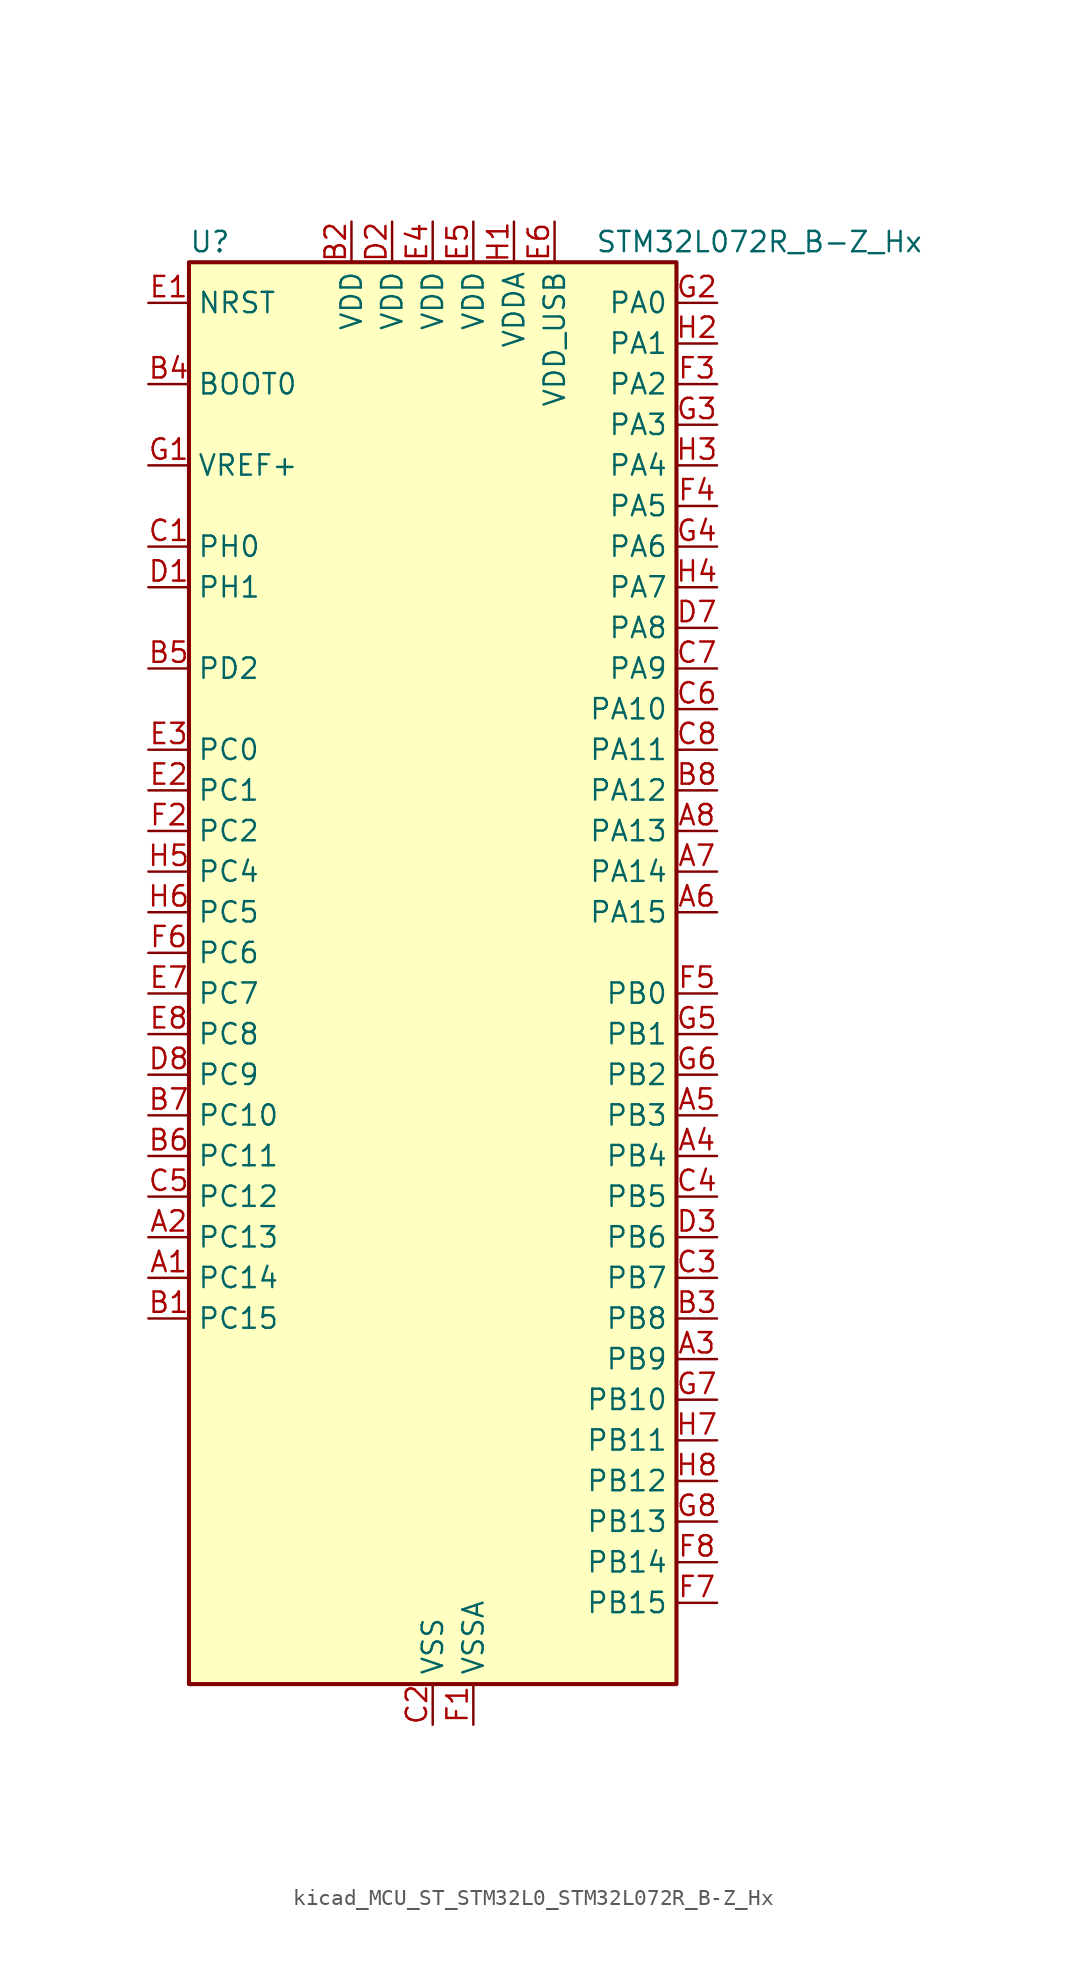
<source format=kicad_sym>
(kicad_symbol_lib
  (version 20220914)
  (generator kicad_symbol_editor)
  (symbol "kicad_MCU_ST_STM32L0_STM32L072R_B-Z_Hx"
    (property "Reference" "U"
      (at -15.24 46.99 0)
      (effects (font (size 1.27 1.27)) (justify left)))
    (property "Value" "STM32L072R_B-Z_Hx"
      (at 10.16 46.99 0)
      (effects (font (size 1.27 1.27)) (justify left)))
    (property "ki_locked" ""
      (at 0 0 0)
      (effects (font (size 1.27 1.27))))
    (symbol "kicad_MCU_ST_STM32L0_STM32L072R_B-Z_Hx_0_1"
      (rectangle (start -15.24 -43.18) (end 15.24 45.72) (stroke (width 0.254) (type default)) (fill (type background))))
    (symbol "kicad_MCU_ST_STM32L0_STM32L072R_B-Z_Hx_1_1"
      (pin bidirectional line (at -17.78 -17.78 0) (length 2.54) (name "PC14" (effects (font (size 1.27 1.27)))) (number "A1" (effects (font (size 1.27 1.27)))) (alternate "RCC_OSC32_IN" bidirectional line))
      (pin bidirectional line (at -17.78 -15.24 0) (length 2.54) (name "PC13" (effects (font (size 1.27 1.27)))) (number "A2" (effects (font (size 1.27 1.27)))) (alternate "RTC_OUT_ALARM" bidirectional line) (alternate "RTC_OUT_CALIB" bidirectional line) (alternate "RTC_TAMP1" bidirectional line) (alternate "RTC_TS" bidirectional line) (alternate "SYS_WKUP2" bidirectional line))
      (pin bidirectional line (at 17.78 -22.86 180) (length 2.54) (name "PB9" (effects (font (size 1.27 1.27)))) (number "A3" (effects (font (size 1.27 1.27)))) (alternate "DAC_EXTI9" bidirectional line) (alternate "I2C1_SDA" bidirectional line) (alternate "I2S2_WS" bidirectional line) (alternate "SPI2_NSS" bidirectional line))
      (pin bidirectional line (at 17.78 -10.16 180) (length 2.54) (name "PB4" (effects (font (size 1.27 1.27)))) (number "A4" (effects (font (size 1.27 1.27)))) (alternate "COMP2_INP" bidirectional line) (alternate "I2C3_SDA" bidirectional line) (alternate "SPI1_MISO" bidirectional line) (alternate "TIM22_CH1" bidirectional line) (alternate "TIM3_CH1" bidirectional line) (alternate "TSC_G5_IO2" bidirectional line) (alternate "USART1_CTS" bidirectional line) (alternate "USART5_RX" bidirectional line))
      (pin bidirectional line (at 17.78 -7.62 180) (length 2.54) (name "PB3" (effects (font (size 1.27 1.27)))) (number "A5" (effects (font (size 1.27 1.27)))) (alternate "COMP2_INM" bidirectional line) (alternate "SPI1_SCK" bidirectional line) (alternate "TIM2_CH2" bidirectional line) (alternate "TSC_G5_IO1" bidirectional line) (alternate "USART1_DE" bidirectional line) (alternate "USART1_RTS" bidirectional line) (alternate "USART5_TX" bidirectional line))
      (pin bidirectional line (at 17.78 5.08 180) (length 2.54) (name "PA15" (effects (font (size 1.27 1.27)))) (number "A6" (effects (font (size 1.27 1.27)))) (alternate "SPI1_NSS" bidirectional line) (alternate "TIM2_CH1" bidirectional line) (alternate "TIM2_ETR" bidirectional line) (alternate "USART2_RX" bidirectional line) (alternate "USART4_DE" bidirectional line) (alternate "USART4_RTS" bidirectional line))
      (pin bidirectional line (at 17.78 7.62 180) (length 2.54) (name "PA14" (effects (font (size 1.27 1.27)))) (number "A7" (effects (font (size 1.27 1.27)))) (alternate "LPUART1_TX" bidirectional line) (alternate "SYS_SWCLK" bidirectional line) (alternate "USART2_TX" bidirectional line))
      (pin bidirectional line (at 17.78 10.16 180) (length 2.54) (name "PA13" (effects (font (size 1.27 1.27)))) (number "A8" (effects (font (size 1.27 1.27)))) (alternate "LPUART1_RX" bidirectional line) (alternate "SYS_SWDIO" bidirectional line) (alternate "USB_NOE" bidirectional line))
      (pin bidirectional line (at -17.78 -20.32 0) (length 2.54) (name "PC15" (effects (font (size 1.27 1.27)))) (number "B1" (effects (font (size 1.27 1.27)))) (alternate "RCC_OSC32_OUT" bidirectional line))
      (pin power_in line (at -5.08 48.26 270) (length 2.54) (name "VDD" (effects (font (size 1.27 1.27)))) (number "B2" (effects (font (size 1.27 1.27)))))
      (pin bidirectional line (at 17.78 -20.32 180) (length 2.54) (name "PB8" (effects (font (size 1.27 1.27)))) (number "B3" (effects (font (size 1.27 1.27)))) (alternate "I2C1_SCL" bidirectional line) (alternate "TSC_SYNC" bidirectional line))
      (pin input line (at -17.78 38.1 0) (length 2.54) (name "BOOT0" (effects (font (size 1.27 1.27)))) (number "B4" (effects (font (size 1.27 1.27)))))
      (pin bidirectional line (at -17.78 20.32 0) (length 2.54) (name "PD2" (effects (font (size 1.27 1.27)))) (number "B5" (effects (font (size 1.27 1.27)))) (alternate "LPUART1_DE" bidirectional line) (alternate "LPUART1_RTS" bidirectional line) (alternate "TIM3_ETR" bidirectional line) (alternate "USART5_RX" bidirectional line))
      (pin bidirectional line (at -17.78 -10.16 0) (length 2.54) (name "PC11" (effects (font (size 1.27 1.27)))) (number "B6" (effects (font (size 1.27 1.27)))) (alternate "ADC_EXTI11" bidirectional line) (alternate "LPUART1_RX" bidirectional line) (alternate "USART4_RX" bidirectional line))
      (pin bidirectional line (at -17.78 -7.62 0) (length 2.54) (name "PC10" (effects (font (size 1.27 1.27)))) (number "B7" (effects (font (size 1.27 1.27)))) (alternate "LPUART1_TX" bidirectional line) (alternate "USART4_TX" bidirectional line))
      (pin bidirectional line (at 17.78 12.7 180) (length 2.54) (name "PA12" (effects (font (size 1.27 1.27)))) (number "B8" (effects (font (size 1.27 1.27)))) (alternate "COMP2_OUT" bidirectional line) (alternate "SPI1_MOSI" bidirectional line) (alternate "TSC_G4_IO4" bidirectional line) (alternate "USART1_DE" bidirectional line) (alternate "USART1_RTS" bidirectional line) (alternate "USB_DP" bidirectional line))
      (pin bidirectional line (at -17.78 27.94 0) (length 2.54) (name "PH0" (effects (font (size 1.27 1.27)))) (number "C1" (effects (font (size 1.27 1.27)))) (alternate "CRS_SYNC" bidirectional line) (alternate "RCC_OSC_IN" bidirectional line))
      (pin power_in line (at 0 -45.72 90) (length 2.54) (name "VSS" (effects (font (size 1.27 1.27)))) (number "C2" (effects (font (size 1.27 1.27)))))
      (pin bidirectional line (at 17.78 -17.78 180) (length 2.54) (name "PB7" (effects (font (size 1.27 1.27)))) (number "C3" (effects (font (size 1.27 1.27)))) (alternate "COMP2_INP" bidirectional line) (alternate "I2C1_SDA" bidirectional line) (alternate "LPTIM1_IN2" bidirectional line) (alternate "SYS_PVD_IN" bidirectional line) (alternate "TSC_G5_IO4" bidirectional line) (alternate "USART1_RX" bidirectional line) (alternate "USART4_CTS" bidirectional line))
      (pin bidirectional line (at 17.78 -12.7 180) (length 2.54) (name "PB5" (effects (font (size 1.27 1.27)))) (number "C4" (effects (font (size 1.27 1.27)))) (alternate "COMP2_INP" bidirectional line) (alternate "I2C1_SMBA" bidirectional line) (alternate "LPTIM1_IN1" bidirectional line) (alternate "SPI1_MOSI" bidirectional line) (alternate "TIM22_CH2" bidirectional line) (alternate "TIM3_CH2" bidirectional line) (alternate "USART1_CK" bidirectional line) (alternate "USART5_CK" bidirectional line) (alternate "USART5_DE" bidirectional line) (alternate "USART5_RTS" bidirectional line))
      (pin bidirectional line (at -17.78 -12.7 0) (length 2.54) (name "PC12" (effects (font (size 1.27 1.27)))) (number "C5" (effects (font (size 1.27 1.27)))) (alternate "USART4_CK" bidirectional line) (alternate "USART5_TX" bidirectional line))
      (pin bidirectional line (at 17.78 17.78 180) (length 2.54) (name "PA10" (effects (font (size 1.27 1.27)))) (number "C6" (effects (font (size 1.27 1.27)))) (alternate "I2C1_SDA" bidirectional line) (alternate "TSC_G4_IO2" bidirectional line) (alternate "USART1_RX" bidirectional line))
      (pin bidirectional line (at 17.78 20.32 180) (length 2.54) (name "PA9" (effects (font (size 1.27 1.27)))) (number "C7" (effects (font (size 1.27 1.27)))) (alternate "DAC_EXTI9" bidirectional line) (alternate "I2C1_SCL" bidirectional line) (alternate "I2C3_SMBA" bidirectional line) (alternate "RCC_MCO" bidirectional line) (alternate "TSC_G4_IO1" bidirectional line) (alternate "USART1_TX" bidirectional line))
      (pin bidirectional line (at 17.78 15.24 180) (length 2.54) (name "PA11" (effects (font (size 1.27 1.27)))) (number "C8" (effects (font (size 1.27 1.27)))) (alternate "ADC_EXTI11" bidirectional line) (alternate "COMP1_OUT" bidirectional line) (alternate "SPI1_MISO" bidirectional line) (alternate "TSC_G4_IO3" bidirectional line) (alternate "USART1_CTS" bidirectional line) (alternate "USB_DM" bidirectional line))
      (pin bidirectional line (at -17.78 25.4 0) (length 2.54) (name "PH1" (effects (font (size 1.27 1.27)))) (number "D1" (effects (font (size 1.27 1.27)))) (alternate "RCC_OSC_OUT" bidirectional line))
      (pin power_in line (at -2.54 48.26 270) (length 2.54) (name "VDD" (effects (font (size 1.27 1.27)))) (number "D2" (effects (font (size 1.27 1.27)))))
      (pin bidirectional line (at 17.78 -15.24 180) (length 2.54) (name "PB6" (effects (font (size 1.27 1.27)))) (number "D3" (effects (font (size 1.27 1.27)))) (alternate "COMP2_INP" bidirectional line) (alternate "I2C1_SCL" bidirectional line) (alternate "LPTIM1_ETR" bidirectional line) (alternate "TSC_G5_IO3" bidirectional line) (alternate "USART1_TX" bidirectional line))
      (pin passive line (at 0 -45.72 90) (length 2.54) hide (name "VSS" (effects (font (size 1.27 1.27)))) (number "D4" (effects (font (size 1.27 1.27)))))
      (pin passive line (at 0 -45.72 90) (length 2.54) hide (name "VSS" (effects (font (size 1.27 1.27)))) (number "D5" (effects (font (size 1.27 1.27)))))
      (pin passive line (at 0 -45.72 90) (length 2.54) hide (name "VSS" (effects (font (size 1.27 1.27)))) (number "D6" (effects (font (size 1.27 1.27)))))
      (pin bidirectional line (at 17.78 22.86 180) (length 2.54) (name "PA8" (effects (font (size 1.27 1.27)))) (number "D7" (effects (font (size 1.27 1.27)))) (alternate "CRS_SYNC" bidirectional line) (alternate "I2C3_SCL" bidirectional line) (alternate "RCC_MCO" bidirectional line) (alternate "USART1_CK" bidirectional line))
      (pin bidirectional line (at -17.78 -5.08 0) (length 2.54) (name "PC9" (effects (font (size 1.27 1.27)))) (number "D8" (effects (font (size 1.27 1.27)))) (alternate "DAC_EXTI9" bidirectional line) (alternate "I2C3_SDA" bidirectional line) (alternate "TIM21_ETR" bidirectional line) (alternate "TIM3_CH4" bidirectional line) (alternate "TSC_G8_IO4" bidirectional line) (alternate "USB_NOE" bidirectional line))
      (pin input line (at -17.78 43.18 0) (length 2.54) (name "NRST" (effects (font (size 1.27 1.27)))) (number "E1" (effects (font (size 1.27 1.27)))))
      (pin bidirectional line (at -17.78 12.7 0) (length 2.54) (name "PC1" (effects (font (size 1.27 1.27)))) (number "E2" (effects (font (size 1.27 1.27)))) (alternate "ADC_IN11" bidirectional line) (alternate "I2C3_SDA" bidirectional line) (alternate "LPTIM1_OUT" bidirectional line) (alternate "LPUART1_TX" bidirectional line) (alternate "TSC_G7_IO2" bidirectional line))
      (pin bidirectional line (at -17.78 15.24 0) (length 2.54) (name "PC0" (effects (font (size 1.27 1.27)))) (number "E3" (effects (font (size 1.27 1.27)))) (alternate "ADC_IN10" bidirectional line) (alternate "I2C3_SCL" bidirectional line) (alternate "LPTIM1_IN1" bidirectional line) (alternate "LPUART1_RX" bidirectional line) (alternate "TSC_G7_IO1" bidirectional line))
      (pin power_in line (at 0 48.26 270) (length 2.54) (name "VDD" (effects (font (size 1.27 1.27)))) (number "E4" (effects (font (size 1.27 1.27)))))
      (pin power_in line (at 2.54 48.26 270) (length 2.54) (name "VDD" (effects (font (size 1.27 1.27)))) (number "E5" (effects (font (size 1.27 1.27)))))
      (pin power_in line (at 7.62 48.26 270) (length 2.54) (name "VDD_USB" (effects (font (size 1.27 1.27)))) (number "E6" (effects (font (size 1.27 1.27)))))
      (pin bidirectional line (at -17.78 0 0) (length 2.54) (name "PC7" (effects (font (size 1.27 1.27)))) (number "E7" (effects (font (size 1.27 1.27)))) (alternate "TIM22_CH2" bidirectional line) (alternate "TIM3_CH2" bidirectional line) (alternate "TSC_G8_IO2" bidirectional line))
      (pin bidirectional line (at -17.78 -2.54 0) (length 2.54) (name "PC8" (effects (font (size 1.27 1.27)))) (number "E8" (effects (font (size 1.27 1.27)))) (alternate "TIM22_ETR" bidirectional line) (alternate "TIM3_CH3" bidirectional line) (alternate "TSC_G8_IO3" bidirectional line))
      (pin power_in line (at 2.54 -45.72 90) (length 2.54) (name "VSSA" (effects (font (size 1.27 1.27)))) (number "F1" (effects (font (size 1.27 1.27)))))
      (pin bidirectional line (at -17.78 10.16 0) (length 2.54) (name "PC2" (effects (font (size 1.27 1.27)))) (number "F2" (effects (font (size 1.27 1.27)))) (alternate "ADC_IN12" bidirectional line) (alternate "I2S2_MCK" bidirectional line) (alternate "LPTIM1_IN2" bidirectional line) (alternate "SPI2_MISO" bidirectional line) (alternate "TSC_G7_IO3" bidirectional line))
      (pin bidirectional line (at 17.78 38.1 180) (length 2.54) (name "PA2" (effects (font (size 1.27 1.27)))) (number "F3" (effects (font (size 1.27 1.27)))) (alternate "ADC_IN2" bidirectional line) (alternate "COMP2_INM" bidirectional line) (alternate "COMP2_OUT" bidirectional line) (alternate "LPUART1_TX" bidirectional line) (alternate "TIM21_CH1" bidirectional line) (alternate "TIM2_CH3" bidirectional line) (alternate "TSC_G1_IO3" bidirectional line) (alternate "USART2_TX" bidirectional line))
      (pin bidirectional line (at 17.78 30.48 180) (length 2.54) (name "PA5" (effects (font (size 1.27 1.27)))) (number "F4" (effects (font (size 1.27 1.27)))) (alternate "ADC_IN5" bidirectional line) (alternate "COMP1_INM" bidirectional line) (alternate "COMP2_INM" bidirectional line) (alternate "DAC_OUT2" bidirectional line) (alternate "SPI1_SCK" bidirectional line) (alternate "TIM2_CH1" bidirectional line) (alternate "TIM2_ETR" bidirectional line) (alternate "TSC_G2_IO2" bidirectional line))
      (pin bidirectional line (at 17.78 0 180) (length 2.54) (name "PB0" (effects (font (size 1.27 1.27)))) (number "F5" (effects (font (size 1.27 1.27)))) (alternate "ADC_IN8" bidirectional line) (alternate "SYS_VREF_OUT_PB0" bidirectional line) (alternate "TIM3_CH3" bidirectional line) (alternate "TSC_G3_IO2" bidirectional line))
      (pin bidirectional line (at -17.78 2.54 0) (length 2.54) (name "PC6" (effects (font (size 1.27 1.27)))) (number "F6" (effects (font (size 1.27 1.27)))) (alternate "TIM22_CH1" bidirectional line) (alternate "TIM3_CH1" bidirectional line) (alternate "TSC_G8_IO1" bidirectional line))
      (pin bidirectional line (at 17.78 -38.1 180) (length 2.54) (name "PB15" (effects (font (size 1.27 1.27)))) (number "F7" (effects (font (size 1.27 1.27)))) (alternate "I2S2_SD" bidirectional line) (alternate "RTC_REFIN" bidirectional line) (alternate "SPI2_MOSI" bidirectional line))
      (pin bidirectional line (at 17.78 -35.56 180) (length 2.54) (name "PB14" (effects (font (size 1.27 1.27)))) (number "F8" (effects (font (size 1.27 1.27)))) (alternate "I2C2_SDA" bidirectional line) (alternate "I2S2_MCK" bidirectional line) (alternate "LPUART1_DE" bidirectional line) (alternate "LPUART1_RTS" bidirectional line) (alternate "RTC_OUT_ALARM" bidirectional line) (alternate "RTC_OUT_CALIB" bidirectional line) (alternate "SPI2_MISO" bidirectional line) (alternate "TIM21_CH2" bidirectional line) (alternate "TSC_G6_IO4" bidirectional line))
      (pin input line (at -17.78 33.02 0) (length 2.54) (name "VREF+" (effects (font (size 1.27 1.27)))) (number "G1" (effects (font (size 1.27 1.27)))))
      (pin bidirectional line (at 17.78 43.18 180) (length 2.54) (name "PA0" (effects (font (size 1.27 1.27)))) (number "G2" (effects (font (size 1.27 1.27)))) (alternate "ADC_IN0" bidirectional line) (alternate "COMP1_INM" bidirectional line) (alternate "COMP1_OUT" bidirectional line) (alternate "RTC_TAMP2" bidirectional line) (alternate "SYS_WKUP1" bidirectional line) (alternate "TIM2_CH1" bidirectional line) (alternate "TIM2_ETR" bidirectional line) (alternate "TSC_G1_IO1" bidirectional line) (alternate "USART2_CTS" bidirectional line) (alternate "USART4_TX" bidirectional line))
      (pin bidirectional line (at 17.78 35.56 180) (length 2.54) (name "PA3" (effects (font (size 1.27 1.27)))) (number "G3" (effects (font (size 1.27 1.27)))) (alternate "ADC_IN3" bidirectional line) (alternate "COMP2_INP" bidirectional line) (alternate "LPUART1_RX" bidirectional line) (alternate "TIM21_CH2" bidirectional line) (alternate "TIM2_CH4" bidirectional line) (alternate "TSC_G1_IO4" bidirectional line) (alternate "USART2_RX" bidirectional line))
      (pin bidirectional line (at 17.78 27.94 180) (length 2.54) (name "PA6" (effects (font (size 1.27 1.27)))) (number "G4" (effects (font (size 1.27 1.27)))) (alternate "ADC_IN6" bidirectional line) (alternate "COMP1_OUT" bidirectional line) (alternate "LPUART1_CTS" bidirectional line) (alternate "SPI1_MISO" bidirectional line) (alternate "TIM22_CH1" bidirectional line) (alternate "TIM3_CH1" bidirectional line) (alternate "TSC_G2_IO3" bidirectional line))
      (pin bidirectional line (at 17.78 -2.54 180) (length 2.54) (name "PB1" (effects (font (size 1.27 1.27)))) (number "G5" (effects (font (size 1.27 1.27)))) (alternate "ADC_IN9" bidirectional line) (alternate "LPUART1_DE" bidirectional line) (alternate "LPUART1_RTS" bidirectional line) (alternate "SYS_VREF_OUT_PB1" bidirectional line) (alternate "TIM3_CH4" bidirectional line) (alternate "TSC_G3_IO3" bidirectional line))
      (pin bidirectional line (at 17.78 -5.08 180) (length 2.54) (name "PB2" (effects (font (size 1.27 1.27)))) (number "G6" (effects (font (size 1.27 1.27)))) (alternate "I2C3_SMBA" bidirectional line) (alternate "LPTIM1_OUT" bidirectional line) (alternate "TSC_G3_IO4" bidirectional line))
      (pin bidirectional line (at 17.78 -25.4 180) (length 2.54) (name "PB10" (effects (font (size 1.27 1.27)))) (number "G7" (effects (font (size 1.27 1.27)))) (alternate "I2C2_SCL" bidirectional line) (alternate "LPUART1_RX" bidirectional line) (alternate "LPUART1_TX" bidirectional line) (alternate "SPI2_SCK" bidirectional line) (alternate "TIM2_CH3" bidirectional line) (alternate "TSC_SYNC" bidirectional line))
      (pin bidirectional line (at 17.78 -33.02 180) (length 2.54) (name "PB13" (effects (font (size 1.27 1.27)))) (number "G8" (effects (font (size 1.27 1.27)))) (alternate "I2C2_SCL" bidirectional line) (alternate "I2S2_CK" bidirectional line) (alternate "LPUART1_CTS" bidirectional line) (alternate "RCC_MCO" bidirectional line) (alternate "SPI2_SCK" bidirectional line) (alternate "TIM21_CH1" bidirectional line) (alternate "TSC_G6_IO3" bidirectional line))
      (pin power_in line (at 5.08 48.26 270) (length 2.54) (name "VDDA" (effects (font (size 1.27 1.27)))) (number "H1" (effects (font (size 1.27 1.27)))))
      (pin bidirectional line (at 17.78 40.64 180) (length 2.54) (name "PA1" (effects (font (size 1.27 1.27)))) (number "H2" (effects (font (size 1.27 1.27)))) (alternate "ADC_IN1" bidirectional line) (alternate "COMP1_INP" bidirectional line) (alternate "TIM21_ETR" bidirectional line) (alternate "TIM2_CH2" bidirectional line) (alternate "TSC_G1_IO2" bidirectional line) (alternate "USART2_DE" bidirectional line) (alternate "USART2_RTS" bidirectional line) (alternate "USART4_RX" bidirectional line))
      (pin bidirectional line (at 17.78 33.02 180) (length 2.54) (name "PA4" (effects (font (size 1.27 1.27)))) (number "H3" (effects (font (size 1.27 1.27)))) (alternate "ADC_IN4" bidirectional line) (alternate "COMP1_INM" bidirectional line) (alternate "COMP2_INM" bidirectional line) (alternate "DAC_OUT1" bidirectional line) (alternate "SPI1_NSS" bidirectional line) (alternate "TIM22_ETR" bidirectional line) (alternate "TSC_G2_IO1" bidirectional line) (alternate "USART2_CK" bidirectional line))
      (pin bidirectional line (at 17.78 25.4 180) (length 2.54) (name "PA7" (effects (font (size 1.27 1.27)))) (number "H4" (effects (font (size 1.27 1.27)))) (alternate "ADC_IN7" bidirectional line) (alternate "COMP2_OUT" bidirectional line) (alternate "SPI1_MOSI" bidirectional line) (alternate "TIM22_CH2" bidirectional line) (alternate "TIM3_CH2" bidirectional line) (alternate "TSC_G2_IO4" bidirectional line))
      (pin bidirectional line (at -17.78 7.62 0) (length 2.54) (name "PC4" (effects (font (size 1.27 1.27)))) (number "H5" (effects (font (size 1.27 1.27)))) (alternate "ADC_IN14" bidirectional line) (alternate "LPUART1_TX" bidirectional line))
      (pin bidirectional line (at -17.78 5.08 0) (length 2.54) (name "PC5" (effects (font (size 1.27 1.27)))) (number "H6" (effects (font (size 1.27 1.27)))) (alternate "ADC_IN15" bidirectional line) (alternate "LPUART1_RX" bidirectional line) (alternate "TSC_G3_IO1" bidirectional line))
      (pin bidirectional line (at 17.78 -27.94 180) (length 2.54) (name "PB11" (effects (font (size 1.27 1.27)))) (number "H7" (effects (font (size 1.27 1.27)))) (alternate "ADC_EXTI11" bidirectional line) (alternate "I2C2_SDA" bidirectional line) (alternate "LPUART1_RX" bidirectional line) (alternate "LPUART1_TX" bidirectional line) (alternate "TIM2_CH4" bidirectional line) (alternate "TSC_G6_IO1" bidirectional line))
      (pin bidirectional line (at 17.78 -30.48 180) (length 2.54) (name "PB12" (effects (font (size 1.27 1.27)))) (number "H8" (effects (font (size 1.27 1.27)))) (alternate "I2S2_WS" bidirectional line) (alternate "LPUART1_DE" bidirectional line) (alternate "LPUART1_RTS" bidirectional line) (alternate "SPI2_NSS" bidirectional line) (alternate "TSC_G6_IO2" bidirectional line)))))
</source>
